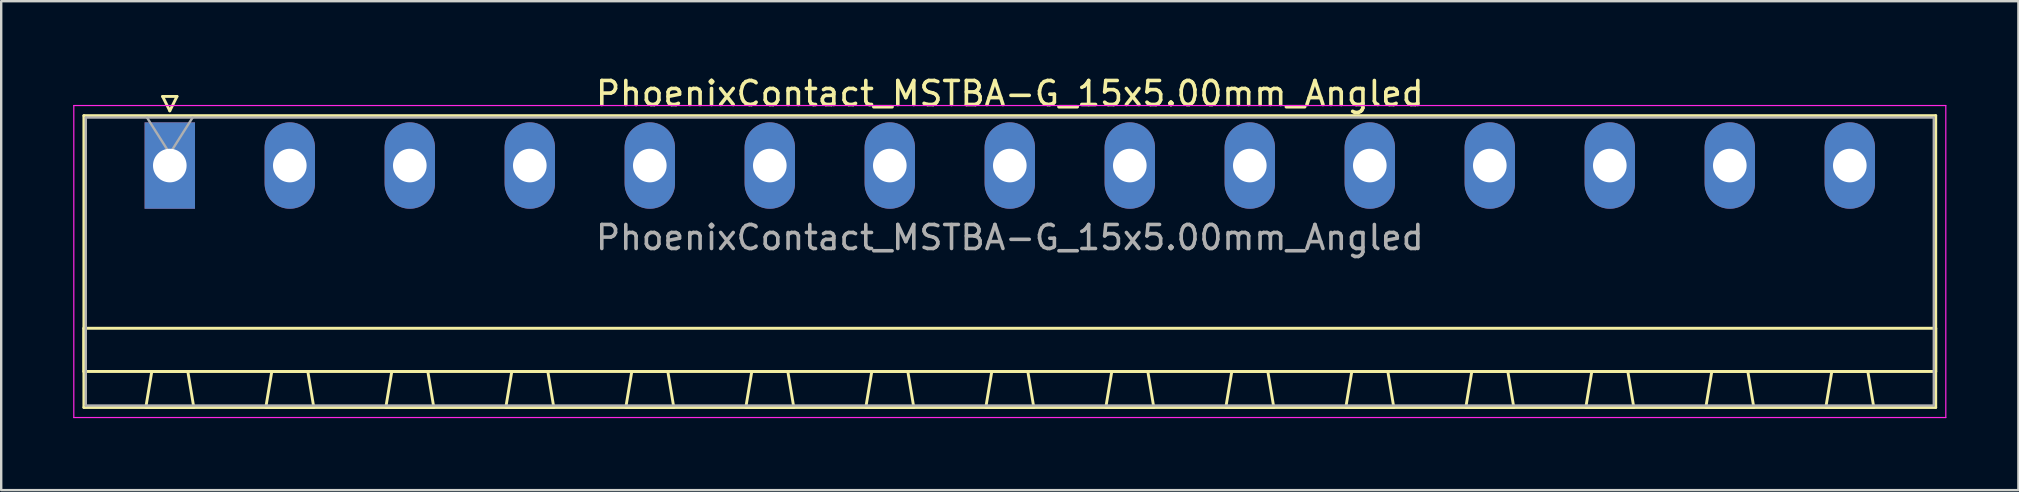
<source format=kicad_pcb>
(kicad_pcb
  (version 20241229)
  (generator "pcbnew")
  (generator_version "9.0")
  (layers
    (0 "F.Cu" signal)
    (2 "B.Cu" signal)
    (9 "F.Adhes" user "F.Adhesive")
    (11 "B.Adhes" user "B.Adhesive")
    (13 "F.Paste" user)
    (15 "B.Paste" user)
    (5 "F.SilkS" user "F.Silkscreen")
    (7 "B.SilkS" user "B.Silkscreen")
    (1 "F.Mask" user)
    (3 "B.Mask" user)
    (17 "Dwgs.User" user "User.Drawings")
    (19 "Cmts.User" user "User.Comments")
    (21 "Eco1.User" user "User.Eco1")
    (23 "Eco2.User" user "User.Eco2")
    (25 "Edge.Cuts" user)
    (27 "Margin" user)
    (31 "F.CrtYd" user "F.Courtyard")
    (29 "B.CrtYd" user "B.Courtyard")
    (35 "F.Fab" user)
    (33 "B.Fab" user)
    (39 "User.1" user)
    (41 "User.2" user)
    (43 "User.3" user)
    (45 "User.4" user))
  (footprint "PhoenixContact_MSTBA-G_15x5.00mm_Angled"
    (layer "F.Cu")
    (at 4.025 3.848)
    (property "Reference" "PhoenixContact_MSTBA-G_15x5.00mm_Angled" (at 35 -3 0) (layer "F.SilkS") (effects (font (size 1 1) (thickness 0.15))))
    (attr through_hole)
    (fp_line (start -3.58 -2.08) (end -3.58 10.08) (stroke (width 0.12) (type solid)) (layer "F.SilkS"))
    (fp_line (start -3.58 6.78) (end 73.58 6.78) (stroke (width 0.12) (type solid)) (layer "F.SilkS"))
    (fp_line (start -3.58 8.58) (end -3.58 6.78) (stroke (width 0.12) (type solid)) (layer "F.SilkS"))
    (fp_line (start -3.58 10.08) (end 73.58 10.08) (stroke (width 0.12) (type solid)) (layer "F.SilkS"))
    (fp_line (start -1 10.08) (end 1 10.08) (stroke (width 0.12) (type solid)) (layer "F.SilkS"))
    (fp_line (start -0.75 8.58) (end -1 10.08) (stroke (width 0.12) (type solid)) (layer "F.SilkS"))
    (fp_line (start -0.3 -2.88) (end 0.3 -2.88) (stroke (width 0.12) (type solid)) (layer "F.SilkS"))
    (fp_line (start 0 -2.28) (end -0.3 -2.88) (stroke (width 0.12) (type solid)) (layer "F.SilkS"))
    (fp_line (start 0.3 -2.88) (end 0 -2.28) (stroke (width 0.12) (type solid)) (layer "F.SilkS"))
    (fp_line (start 0.75 8.58) (end -0.75 8.58) (stroke (width 0.12) (type solid)) (layer "F.SilkS"))
    (fp_line (start 1 10.08) (end 0.75 8.58) (stroke (width 0.12) (type solid)) (layer "F.SilkS"))
    (fp_line (start 4 10.08) (end 6 10.08) (stroke (width 0.12) (type solid)) (layer "F.SilkS"))
    (fp_line (start 4.25 8.58) (end 4 10.08) (stroke (width 0.12) (type solid)) (layer "F.SilkS"))
    (fp_line (start 5.75 8.58) (end 4.25 8.58) (stroke (width 0.12) (type solid)) (layer "F.SilkS"))
    (fp_line (start 6 10.08) (end 5.75 8.58) (stroke (width 0.12) (type solid)) (layer "F.SilkS"))
    (fp_line (start 9 10.08) (end 11 10.08) (stroke (width 0.12) (type solid)) (layer "F.SilkS"))
    (fp_line (start 9.25 8.58) (end 9 10.08) (stroke (width 0.12) (type solid)) (layer "F.SilkS"))
    (fp_line (start 10.75 8.58) (end 9.25 8.58) (stroke (width 0.12) (type solid)) (layer "F.SilkS"))
    (fp_line (start 11 10.08) (end 10.75 8.58) (stroke (width 0.12) (type solid)) (layer "F.SilkS"))
    (fp_line (start 14 10.08) (end 16 10.08) (stroke (width 0.12) (type solid)) (layer "F.SilkS"))
    (fp_line (start 14.25 8.58) (end 14 10.08) (stroke (width 0.12) (type solid)) (layer "F.SilkS"))
    (fp_line (start 15.75 8.58) (end 14.25 8.58) (stroke (width 0.12) (type solid)) (layer "F.SilkS"))
    (fp_line (start 16 10.08) (end 15.75 8.58) (stroke (width 0.12) (type solid)) (layer "F.SilkS"))
    (fp_line (start 19 10.08) (end 21 10.08) (stroke (width 0.12) (type solid)) (layer "F.SilkS"))
    (fp_line (start 19.25 8.58) (end 19 10.08) (stroke (width 0.12) (type solid)) (layer "F.SilkS"))
    (fp_line (start 20.75 8.58) (end 19.25 8.58) (stroke (width 0.12) (type solid)) (layer "F.SilkS"))
    (fp_line (start 21 10.08) (end 20.75 8.58) (stroke (width 0.12) (type solid)) (layer "F.SilkS"))
    (fp_line (start 24 10.08) (end 26 10.08) (stroke (width 0.12) (type solid)) (layer "F.SilkS"))
    (fp_line (start 24.25 8.58) (end 24 10.08) (stroke (width 0.12) (type solid)) (layer "F.SilkS"))
    (fp_line (start 25.75 8.58) (end 24.25 8.58) (stroke (width 0.12) (type solid)) (layer "F.SilkS"))
    (fp_line (start 26 10.08) (end 25.75 8.58) (stroke (width 0.12) (type solid)) (layer "F.SilkS"))
    (fp_line (start 29 10.08) (end 31 10.08) (stroke (width 0.12) (type solid)) (layer "F.SilkS"))
    (fp_line (start 29.25 8.58) (end 29 10.08) (stroke (width 0.12) (type solid)) (layer "F.SilkS"))
    (fp_line (start 30.75 8.58) (end 29.25 8.58) (stroke (width 0.12) (type solid)) (layer "F.SilkS"))
    (fp_line (start 31 10.08) (end 30.75 8.58) (stroke (width 0.12) (type solid)) (layer "F.SilkS"))
    (fp_line (start 34 10.08) (end 36 10.08) (stroke (width 0.12) (type solid)) (layer "F.SilkS"))
    (fp_line (start 34.25 8.58) (end 34 10.08) (stroke (width 0.12) (type solid)) (layer "F.SilkS"))
    (fp_line (start 35.75 8.58) (end 34.25 8.58) (stroke (width 0.12) (type solid)) (layer "F.SilkS"))
    (fp_line (start 36 10.08) (end 35.75 8.58) (stroke (width 0.12) (type solid)) (layer "F.SilkS"))
    (fp_line (start 39 10.08) (end 41 10.08) (stroke (width 0.12) (type solid)) (layer "F.SilkS"))
    (fp_line (start 39.25 8.58) (end 39 10.08) (stroke (width 0.12) (type solid)) (layer "F.SilkS"))
    (fp_line (start 40.75 8.58) (end 39.25 8.58) (stroke (width 0.12) (type solid)) (layer "F.SilkS"))
    (fp_line (start 41 10.08) (end 40.75 8.58) (stroke (width 0.12) (type solid)) (layer "F.SilkS"))
    (fp_line (start 44 10.08) (end 46 10.08) (stroke (width 0.12) (type solid)) (layer "F.SilkS"))
    (fp_line (start 44.25 8.58) (end 44 10.08) (stroke (width 0.12) (type solid)) (layer "F.SilkS"))
    (fp_line (start 45.75 8.58) (end 44.25 8.58) (stroke (width 0.12) (type solid)) (layer "F.SilkS"))
    (fp_line (start 46 10.08) (end 45.75 8.58) (stroke (width 0.12) (type solid)) (layer "F.SilkS"))
    (fp_line (start 49 10.08) (end 51 10.08) (stroke (width 0.12) (type solid)) (layer "F.SilkS"))
    (fp_line (start 49.25 8.58) (end 49 10.08) (stroke (width 0.12) (type solid)) (layer "F.SilkS"))
    (fp_line (start 50.75 8.58) (end 49.25 8.58) (stroke (width 0.12) (type solid)) (layer "F.SilkS"))
    (fp_line (start 51 10.08) (end 50.75 8.58) (stroke (width 0.12) (type solid)) (layer "F.SilkS"))
    (fp_line (start 54 10.08) (end 56 10.08) (stroke (width 0.12) (type solid)) (layer "F.SilkS"))
    (fp_line (start 54.25 8.58) (end 54 10.08) (stroke (width 0.12) (type solid)) (layer "F.SilkS"))
    (fp_line (start 55.75 8.58) (end 54.25 8.58) (stroke (width 0.12) (type solid)) (layer "F.SilkS"))
    (fp_line (start 56 10.08) (end 55.75 8.58) (stroke (width 0.12) (type solid)) (layer "F.SilkS"))
    (fp_line (start 59 10.08) (end 61 10.08) (stroke (width 0.12) (type solid)) (layer "F.SilkS"))
    (fp_line (start 59.25 8.58) (end 59 10.08) (stroke (width 0.12) (type solid)) (layer "F.SilkS"))
    (fp_line (start 60.75 8.58) (end 59.25 8.58) (stroke (width 0.12) (type solid)) (layer "F.SilkS"))
    (fp_line (start 61 10.08) (end 60.75 8.58) (stroke (width 0.12) (type solid)) (layer "F.SilkS"))
    (fp_line (start 64 10.08) (end 66 10.08) (stroke (width 0.12) (type solid)) (layer "F.SilkS"))
    (fp_line (start 64.25 8.58) (end 64 10.08) (stroke (width 0.12) (type solid)) (layer "F.SilkS"))
    (fp_line (start 65.75 8.58) (end 64.25 8.58) (stroke (width 0.12) (type solid)) (layer "F.SilkS"))
    (fp_line (start 66 10.08) (end 65.75 8.58) (stroke (width 0.12) (type solid)) (layer "F.SilkS"))
    (fp_line (start 69 10.08) (end 71 10.08) (stroke (width 0.12) (type solid)) (layer "F.SilkS"))
    (fp_line (start 69.25 8.58) (end 69 10.08) (stroke (width 0.12) (type solid)) (layer "F.SilkS"))
    (fp_line (start 70.75 8.58) (end 69.25 8.58) (stroke (width 0.12) (type solid)) (layer "F.SilkS"))
    (fp_line (start 71 10.08) (end 70.75 8.58) (stroke (width 0.12) (type solid)) (layer "F.SilkS"))
    (fp_line (start 73.58 -2.08) (end -3.58 -2.08) (stroke (width 0.12) (type solid)) (layer "F.SilkS"))
    (fp_line (start 73.58 6.78) (end 73.58 8.58) (stroke (width 0.12) (type solid)) (layer "F.SilkS"))
    (fp_line (start 73.58 8.58) (end -3.58 8.58) (stroke (width 0.12) (type solid)) (layer "F.SilkS"))
    (fp_line (start 73.58 10.08) (end 73.58 -2.08) (stroke (width 0.12) (type solid)) (layer "F.SilkS"))
    (fp_line (start -4 -2.5) (end -4 10.5) (stroke (width 0.05) (type solid)) (layer "F.CrtYd"))
    (fp_line (start -4 10.5) (end 74 10.5) (stroke (width 0.05) (type solid)) (layer "F.CrtYd"))
    (fp_line (start 74 -2.5) (end -4 -2.5) (stroke (width 0.05) (type solid)) (layer "F.CrtYd"))
    (fp_line (start 74 10.5) (end 74 -2.5) (stroke (width 0.05) (type solid)) (layer "F.CrtYd"))
    (fp_line (start -3.5 -2) (end -3.5 10) (stroke (width 0.1) (type solid)) (layer "F.Fab"))
    (fp_line (start -3.5 10) (end 73.5 10) (stroke (width 0.1) (type solid)) (layer "F.Fab"))
    (fp_line (start 0 -0.5) (end -0.95 -2) (stroke (width 0.1) (type solid)) (layer "F.Fab"))
    (fp_line (start 0.95 -2) (end 0 -0.5) (stroke (width 0.1) (type solid)) (layer "F.Fab"))
    (fp_line (start 73.5 -2) (end -3.5 -2) (stroke (width 0.1) (type solid)) (layer "F.Fab"))
    (fp_line (start 73.5 10) (end 73.5 -2) (stroke (width 0.1) (type solid)) (layer "F.Fab"))
    (fp_text user "${REFERENCE}" (at 35 3 0) (layer "F.Fab") (effects (font (size 1 1) (thickness 0.15))))
    (pad "1" thru_hole rect (at 0 0) (size 2.1 3.6) (drill 1.4) (layers "*.Cu" "*.Mask"))
    (pad "2" thru_hole oval (at 5 0) (size 2.1 3.6) (drill 1.4) (layers "*.Cu" "*.Mask"))
    (pad "3" thru_hole oval (at 10 0) (size 2.1 3.6) (drill 1.4) (layers "*.Cu" "*.Mask"))
    (pad "4" thru_hole oval (at 15 0) (size 2.1 3.6) (drill 1.4) (layers "*.Cu" "*.Mask"))
    (pad "5" thru_hole oval (at 20 0) (size 2.1 3.6) (drill 1.4) (layers "*.Cu" "*.Mask"))
    (pad "6" thru_hole oval (at 25 0) (size 2.1 3.6) (drill 1.4) (layers "*.Cu" "*.Mask"))
    (pad "7" thru_hole oval (at 30 0) (size 2.1 3.6) (drill 1.4) (layers "*.Cu" "*.Mask"))
    (pad "8" thru_hole oval (at 35 0) (size 2.1 3.6) (drill 1.4) (layers "*.Cu" "*.Mask"))
    (pad "9" thru_hole oval (at 40 0) (size 2.1 3.6) (drill 1.4) (layers "*.Cu" "*.Mask"))
    (pad "10" thru_hole oval (at 45 0) (size 2.1 3.6) (drill 1.4) (layers "*.Cu" "*.Mask"))
    (pad "11" thru_hole oval (at 50 0) (size 2.1 3.6) (drill 1.4) (layers "*.Cu" "*.Mask"))
    (pad "12" thru_hole oval (at 55 0) (size 2.1 3.6) (drill 1.4) (layers "*.Cu" "*.Mask"))
    (pad "13" thru_hole oval (at 60 0) (size 2.1 3.6) (drill 1.4) (layers "*.Cu" "*.Mask"))
    (pad "14" thru_hole oval (at 65 0) (size 2.1 3.6) (drill 1.4) (layers "*.Cu" "*.Mask"))
    (pad "15" thru_hole oval (at 70 0) (size 2.1 3.6) (drill 1.4) (layers "*.Cu" "*.Mask")))
  (gr_rect
    (start -3 -3)
    (end 81.05 17.373)
    (stroke (width 0.1) (type default))
    (fill no)
    (layer "Edge.Cuts")))
</source>
